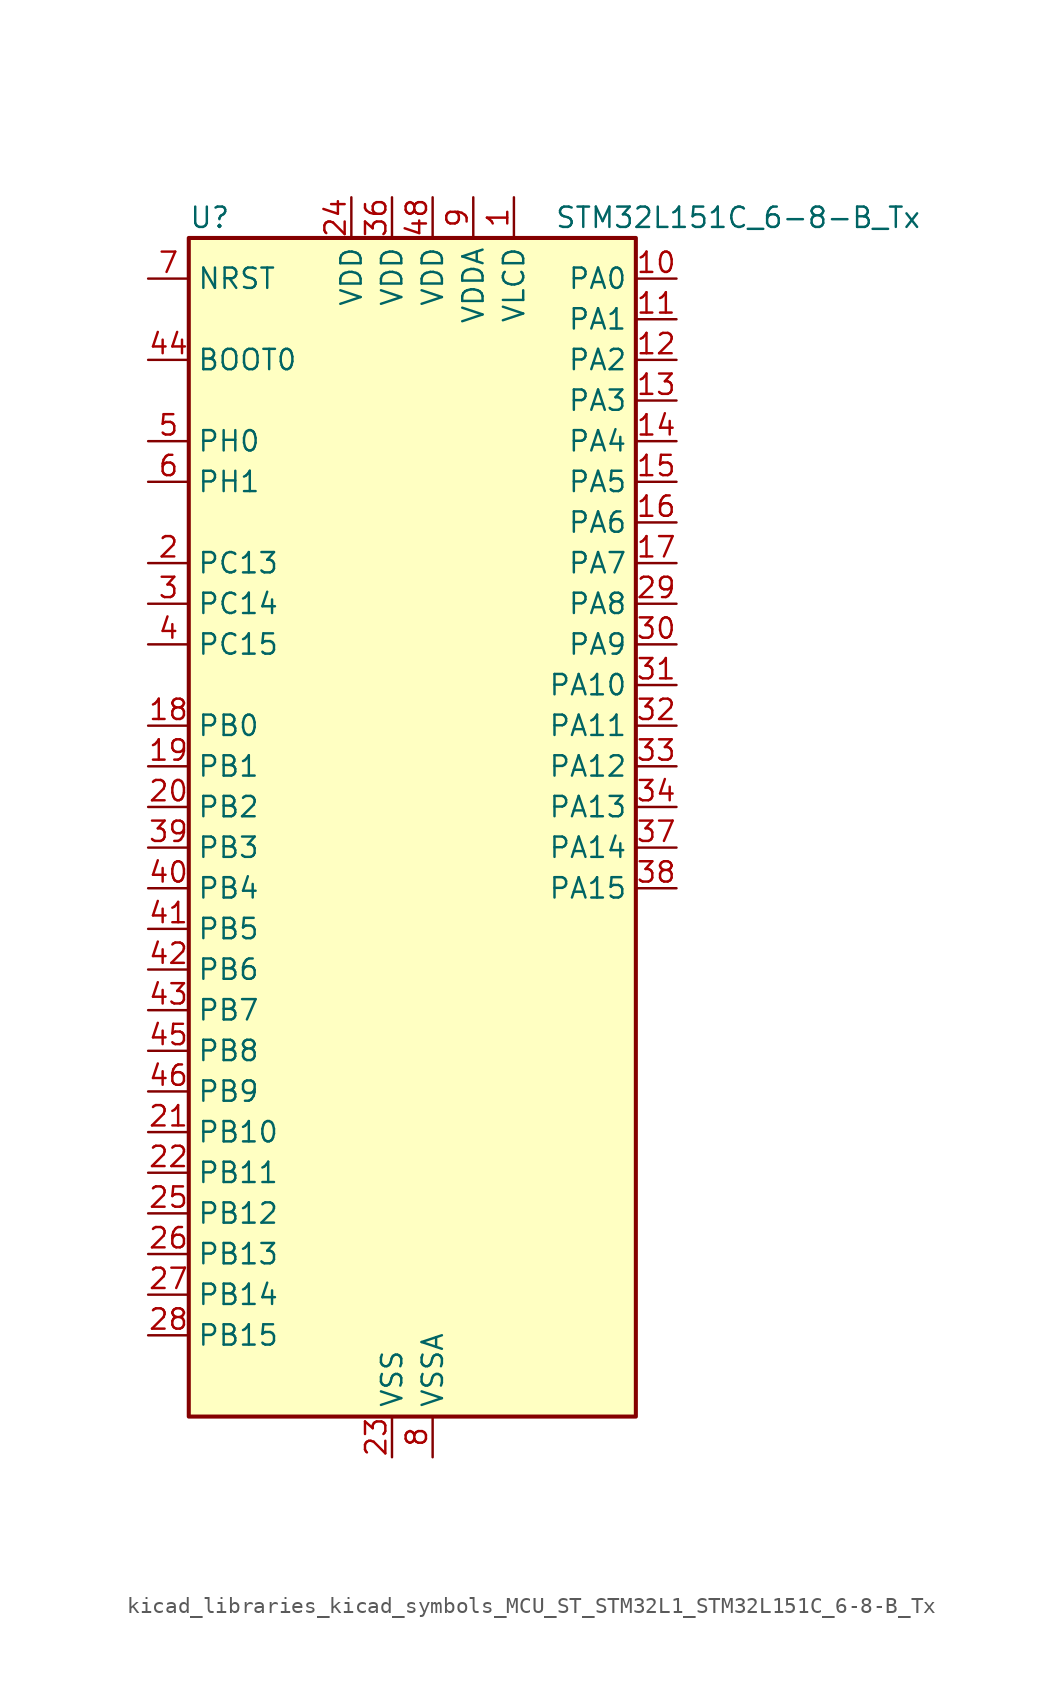
<source format=kicad_sym>
(kicad_symbol_lib
  (version 20220914)
  (generator kicad_symbol_editor)
  (symbol "kicad_libraries_kicad_symbols_MCU_ST_STM32L1_STM32L151C_6-8-B_Tx"
    (property "Reference" "U"
      (at -12.7 39.37 0)
      (effects (font (size 1.27 1.27)) (justify left)))
    (property "Value" "STM32L151C_6-8-B_Tx"
      (at 10.16 39.37 0)
      (effects (font (size 1.27 1.27)) (justify left)))
    (property "ki_locked" ""
      (at 0 0 0)
      (effects (font (size 1.27 1.27))))
    (symbol "kicad_libraries_kicad_symbols_MCU_ST_STM32L1_STM32L151C_6-8-B_Tx_0_1"
      (rectangle (start -12.7 -35.56) (end 15.24 38.1) (stroke (width 0.254) (type default)) (fill (type background))))
    (symbol "kicad_libraries_kicad_symbols_MCU_ST_STM32L1_STM32L151C_6-8-B_Tx_1_1"
      (pin power_in line (at 7.62 40.64 270) (length 2.54) (name "VLCD" (effects (font (size 1.27 1.27)))) (number "1" (effects (font (size 1.27 1.27)))))
      (pin bidirectional line (at 17.78 35.56 180) (length 2.54) (name "PA0" (effects (font (size 1.27 1.27)))) (number "10" (effects (font (size 1.27 1.27)))) (alternate "ADC_IN0" bidirectional line) (alternate "COMP1_INP" bidirectional line) (alternate "SYS_WKUP1" bidirectional line) (alternate "TIM2_CH1" bidirectional line) (alternate "TIM2_ETR" bidirectional line) (alternate "TIMX_IC1" bidirectional line) (alternate "TS_G1_IO1" bidirectional line) (alternate "USART2_CTS" bidirectional line))
      (pin bidirectional line (at 17.78 33.02 180) (length 2.54) (name "PA1" (effects (font (size 1.27 1.27)))) (number "11" (effects (font (size 1.27 1.27)))) (alternate "ADC_IN1" bidirectional line) (alternate "COMP1_INP" bidirectional line) (alternate "TIM2_CH2" bidirectional line) (alternate "TIMX_IC2" bidirectional line) (alternate "TS_G1_IO2" bidirectional line) (alternate "USART2_RTS" bidirectional line))
      (pin bidirectional line (at 17.78 30.48 180) (length 2.54) (name "PA2" (effects (font (size 1.27 1.27)))) (number "12" (effects (font (size 1.27 1.27)))) (alternate "ADC_IN2" bidirectional line) (alternate "COMP1_INP" bidirectional line) (alternate "TIM2_CH3" bidirectional line) (alternate "TIM9_CH1" bidirectional line) (alternate "TIMX_IC3" bidirectional line) (alternate "TS_G1_IO3" bidirectional line) (alternate "USART2_TX" bidirectional line))
      (pin bidirectional line (at 17.78 27.94 180) (length 2.54) (name "PA3" (effects (font (size 1.27 1.27)))) (number "13" (effects (font (size 1.27 1.27)))) (alternate "ADC_IN3" bidirectional line) (alternate "COMP1_INP" bidirectional line) (alternate "TIM2_CH4" bidirectional line) (alternate "TIM9_CH2" bidirectional line) (alternate "TIMX_IC4" bidirectional line) (alternate "TS_G1_IO4" bidirectional line) (alternate "USART2_RX" bidirectional line))
      (pin bidirectional line (at 17.78 25.4 180) (length 2.54) (name "PA4" (effects (font (size 1.27 1.27)))) (number "14" (effects (font (size 1.27 1.27)))) (alternate "ADC_IN4" bidirectional line) (alternate "COMP1_INP" bidirectional line) (alternate "DAC_OUT1" bidirectional line) (alternate "SPI1_NSS" bidirectional line) (alternate "TIMX_IC1" bidirectional line) (alternate "USART2_CK" bidirectional line))
      (pin bidirectional line (at 17.78 22.86 180) (length 2.54) (name "PA5" (effects (font (size 1.27 1.27)))) (number "15" (effects (font (size 1.27 1.27)))) (alternate "ADC_IN5" bidirectional line) (alternate "COMP1_INP" bidirectional line) (alternate "DAC_OUT2" bidirectional line) (alternate "SPI1_SCK" bidirectional line) (alternate "TIM2_CH1" bidirectional line) (alternate "TIM2_ETR" bidirectional line) (alternate "TIMX_IC2" bidirectional line))
      (pin bidirectional line (at 17.78 20.32 180) (length 2.54) (name "PA6" (effects (font (size 1.27 1.27)))) (number "16" (effects (font (size 1.27 1.27)))) (alternate "ADC_IN6" bidirectional line) (alternate "COMP1_INP" bidirectional line) (alternate "SPI1_MISO" bidirectional line) (alternate "TIM10_CH1" bidirectional line) (alternate "TIM3_CH1" bidirectional line) (alternate "TIMX_IC3" bidirectional line) (alternate "TS_G2_IO1" bidirectional line))
      (pin bidirectional line (at 17.78 17.78 180) (length 2.54) (name "PA7" (effects (font (size 1.27 1.27)))) (number "17" (effects (font (size 1.27 1.27)))) (alternate "ADC_IN7" bidirectional line) (alternate "COMP1_INP" bidirectional line) (alternate "SPI1_MOSI" bidirectional line) (alternate "TIM11_CH1" bidirectional line) (alternate "TIM3_CH2" bidirectional line) (alternate "TIMX_IC4" bidirectional line) (alternate "TS_G2_IO2" bidirectional line))
      (pin bidirectional line (at -15.24 7.62 0) (length 2.54) (name "PB0" (effects (font (size 1.27 1.27)))) (number "18" (effects (font (size 1.27 1.27)))) (alternate "ADC_IN8" bidirectional line) (alternate "COMP1_INP" bidirectional line) (alternate "SYS_V_REF_OUT" bidirectional line) (alternate "TIM3_CH3" bidirectional line) (alternate "TS_G3_IO1" bidirectional line))
      (pin bidirectional line (at -15.24 5.08 0) (length 2.54) (name "PB1" (effects (font (size 1.27 1.27)))) (number "19" (effects (font (size 1.27 1.27)))) (alternate "ADC_IN9" bidirectional line) (alternate "COMP1_INP" bidirectional line) (alternate "SYS_V_REF_OUT" bidirectional line) (alternate "TIM3_CH4" bidirectional line) (alternate "TS_G3_IO2" bidirectional line))
      (pin bidirectional line (at -15.24 17.78 0) (length 2.54) (name "PC13" (effects (font (size 1.27 1.27)))) (number "2" (effects (font (size 1.27 1.27)))) (alternate "RTC_OUT_ALARM" bidirectional line) (alternate "RTC_OUT_CALIB" bidirectional line) (alternate "RTC_TAMP1" bidirectional line) (alternate "RTC_TS" bidirectional line) (alternate "SYS_WKUP2" bidirectional line) (alternate "TIMX_IC2" bidirectional line))
      (pin bidirectional line (at -15.24 2.54 0) (length 2.54) (name "PB2" (effects (font (size 1.27 1.27)))) (number "20" (effects (font (size 1.27 1.27)))))
      (pin bidirectional line (at -15.24 -17.78 0) (length 2.54) (name "PB10" (effects (font (size 1.27 1.27)))) (number "21" (effects (font (size 1.27 1.27)))) (alternate "I2C2_SCL" bidirectional line) (alternate "TIM2_CH3" bidirectional line) (alternate "USART3_TX" bidirectional line))
      (pin bidirectional line (at -15.24 -20.32 0) (length 2.54) (name "PB11" (effects (font (size 1.27 1.27)))) (number "22" (effects (font (size 1.27 1.27)))) (alternate "ADC_EXTI11" bidirectional line) (alternate "I2C2_SDA" bidirectional line) (alternate "TIM2_CH4" bidirectional line) (alternate "USART3_RX" bidirectional line))
      (pin power_in line (at 0 -38.1 90) (length 2.54) (name "VSS" (effects (font (size 1.27 1.27)))) (number "23" (effects (font (size 1.27 1.27)))))
      (pin power_in line (at -2.54 40.64 270) (length 2.54) (name "VDD" (effects (font (size 1.27 1.27)))) (number "24" (effects (font (size 1.27 1.27)))))
      (pin bidirectional line (at -15.24 -22.86 0) (length 2.54) (name "PB12" (effects (font (size 1.27 1.27)))) (number "25" (effects (font (size 1.27 1.27)))) (alternate "ADC_IN18" bidirectional line) (alternate "COMP1_INP" bidirectional line) (alternate "I2C2_SMBA" bidirectional line) (alternate "SPI2_NSS" bidirectional line) (alternate "TIM10_CH1" bidirectional line) (alternate "TS_G7_IO1" bidirectional line) (alternate "USART3_CK" bidirectional line))
      (pin bidirectional line (at -15.24 -25.4 0) (length 2.54) (name "PB13" (effects (font (size 1.27 1.27)))) (number "26" (effects (font (size 1.27 1.27)))) (alternate "ADC_IN19" bidirectional line) (alternate "COMP1_INP" bidirectional line) (alternate "SPI2_SCK" bidirectional line) (alternate "TIM9_CH1" bidirectional line) (alternate "TS_G7_IO2" bidirectional line) (alternate "USART3_CTS" bidirectional line))
      (pin bidirectional line (at -15.24 -27.94 0) (length 2.54) (name "PB14" (effects (font (size 1.27 1.27)))) (number "27" (effects (font (size 1.27 1.27)))) (alternate "ADC_IN20" bidirectional line) (alternate "COMP1_INP" bidirectional line) (alternate "SPI2_MISO" bidirectional line) (alternate "TIM9_CH2" bidirectional line) (alternate "TS_G7_IO3" bidirectional line) (alternate "USART3_RTS" bidirectional line))
      (pin bidirectional line (at -15.24 -30.48 0) (length 2.54) (name "PB15" (effects (font (size 1.27 1.27)))) (number "28" (effects (font (size 1.27 1.27)))) (alternate "ADC_EXTI15" bidirectional line) (alternate "ADC_IN21" bidirectional line) (alternate "COMP1_INP" bidirectional line) (alternate "RTC_REFIN" bidirectional line) (alternate "SPI2_MOSI" bidirectional line) (alternate "TIM11_CH1" bidirectional line) (alternate "TS_G7_IO4" bidirectional line))
      (pin bidirectional line (at 17.78 15.24 180) (length 2.54) (name "PA8" (effects (font (size 1.27 1.27)))) (number "29" (effects (font (size 1.27 1.27)))) (alternate "RCC_MCO" bidirectional line) (alternate "TIMX_IC1" bidirectional line) (alternate "TS_G4_IO1" bidirectional line) (alternate "USART1_CK" bidirectional line))
      (pin bidirectional line (at -15.24 15.24 0) (length 2.54) (name "PC14" (effects (font (size 1.27 1.27)))) (number "3" (effects (font (size 1.27 1.27)))) (alternate "RCC_OSC32_IN" bidirectional line) (alternate "TIMX_IC3" bidirectional line))
      (pin bidirectional line (at 17.78 12.7 180) (length 2.54) (name "PA9" (effects (font (size 1.27 1.27)))) (number "30" (effects (font (size 1.27 1.27)))) (alternate "DAC_EXTI9" bidirectional line) (alternate "TIMX_IC2" bidirectional line) (alternate "TS_G4_IO2" bidirectional line) (alternate "USART1_TX" bidirectional line))
      (pin bidirectional line (at 17.78 10.16 180) (length 2.54) (name "PA10" (effects (font (size 1.27 1.27)))) (number "31" (effects (font (size 1.27 1.27)))) (alternate "TIMX_IC3" bidirectional line) (alternate "TS_G4_IO3" bidirectional line) (alternate "USART1_RX" bidirectional line))
      (pin bidirectional line (at 17.78 7.62 180) (length 2.54) (name "PA11" (effects (font (size 1.27 1.27)))) (number "32" (effects (font (size 1.27 1.27)))) (alternate "ADC_EXTI11" bidirectional line) (alternate "SPI1_MISO" bidirectional line) (alternate "TIMX_IC4" bidirectional line) (alternate "USART1_CTS" bidirectional line) (alternate "USB_DM" bidirectional line))
      (pin bidirectional line (at 17.78 5.08 180) (length 2.54) (name "PA12" (effects (font (size 1.27 1.27)))) (number "33" (effects (font (size 1.27 1.27)))) (alternate "SPI1_MOSI" bidirectional line) (alternate "TIMX_IC1" bidirectional line) (alternate "USART1_RTS" bidirectional line) (alternate "USB_DP" bidirectional line))
      (pin bidirectional line (at 17.78 2.54 180) (length 2.54) (name "PA13" (effects (font (size 1.27 1.27)))) (number "34" (effects (font (size 1.27 1.27)))) (alternate "SYS_JTMS-SWDIO" bidirectional line) (alternate "TIMX_IC2" bidirectional line) (alternate "TS_G5_IO1" bidirectional line))
      (pin passive line (at 0 -38.1 90) (length 2.54) hide (name "VSS" (effects (font (size 1.27 1.27)))) (number "35" (effects (font (size 1.27 1.27)))))
      (pin power_in line (at 0 40.64 270) (length 2.54) (name "VDD" (effects (font (size 1.27 1.27)))) (number "36" (effects (font (size 1.27 1.27)))))
      (pin bidirectional line (at 17.78 0 180) (length 2.54) (name "PA14" (effects (font (size 1.27 1.27)))) (number "37" (effects (font (size 1.27 1.27)))) (alternate "SYS_JTCK-SWCLK" bidirectional line) (alternate "TIMX_IC3" bidirectional line) (alternate "TS_G5_IO2" bidirectional line))
      (pin bidirectional line (at 17.78 -2.54 180) (length 2.54) (name "PA15" (effects (font (size 1.27 1.27)))) (number "38" (effects (font (size 1.27 1.27)))) (alternate "ADC_EXTI15" bidirectional line) (alternate "SPI1_NSS" bidirectional line) (alternate "SYS_JTDI" bidirectional line) (alternate "TIM2_CH1" bidirectional line) (alternate "TIM2_ETR" bidirectional line) (alternate "TIMX_IC4" bidirectional line) (alternate "TS_G5_IO3" bidirectional line))
      (pin bidirectional line (at -15.24 0 0) (length 2.54) (name "PB3" (effects (font (size 1.27 1.27)))) (number "39" (effects (font (size 1.27 1.27)))) (alternate "COMP2_INM" bidirectional line) (alternate "SPI1_SCK" bidirectional line) (alternate "SYS_JTDO-TRACESWO" bidirectional line) (alternate "TIM2_CH2" bidirectional line))
      (pin bidirectional line (at -15.24 12.7 0) (length 2.54) (name "PC15" (effects (font (size 1.27 1.27)))) (number "4" (effects (font (size 1.27 1.27)))) (alternate "ADC_EXTI15" bidirectional line) (alternate "RCC_OSC32_OUT" bidirectional line) (alternate "TIMX_IC4" bidirectional line))
      (pin bidirectional line (at -15.24 -2.54 0) (length 2.54) (name "PB4" (effects (font (size 1.27 1.27)))) (number "40" (effects (font (size 1.27 1.27)))) (alternate "COMP2_INP" bidirectional line) (alternate "SPI1_MISO" bidirectional line) (alternate "SYS_JTRST" bidirectional line) (alternate "TIM3_CH1" bidirectional line) (alternate "TS_G6_IO1" bidirectional line))
      (pin bidirectional line (at -15.24 -5.08 0) (length 2.54) (name "PB5" (effects (font (size 1.27 1.27)))) (number "41" (effects (font (size 1.27 1.27)))) (alternate "COMP2_INP" bidirectional line) (alternate "I2C1_SMBA" bidirectional line) (alternate "SPI1_MOSI" bidirectional line) (alternate "TIM3_CH2" bidirectional line) (alternate "TS_G6_IO2" bidirectional line))
      (pin bidirectional line (at -15.24 -7.62 0) (length 2.54) (name "PB6" (effects (font (size 1.27 1.27)))) (number "42" (effects (font (size 1.27 1.27)))) (alternate "I2C1_SCL" bidirectional line) (alternate "TIM4_CH1" bidirectional line) (alternate "USART1_TX" bidirectional line))
      (pin bidirectional line (at -15.24 -10.16 0) (length 2.54) (name "PB7" (effects (font (size 1.27 1.27)))) (number "43" (effects (font (size 1.27 1.27)))) (alternate "I2C1_SDA" bidirectional line) (alternate "SYS_PVD_IN" bidirectional line) (alternate "TIM4_CH2" bidirectional line) (alternate "USART1_RX" bidirectional line))
      (pin input line (at -15.24 30.48 0) (length 2.54) (name "BOOT0" (effects (font (size 1.27 1.27)))) (number "44" (effects (font (size 1.27 1.27)))))
      (pin bidirectional line (at -15.24 -12.7 0) (length 2.54) (name "PB8" (effects (font (size 1.27 1.27)))) (number "45" (effects (font (size 1.27 1.27)))) (alternate "I2C1_SCL" bidirectional line) (alternate "TIM10_CH1" bidirectional line) (alternate "TIM4_CH3" bidirectional line))
      (pin bidirectional line (at -15.24 -15.24 0) (length 2.54) (name "PB9" (effects (font (size 1.27 1.27)))) (number "46" (effects (font (size 1.27 1.27)))) (alternate "DAC_EXTI9" bidirectional line) (alternate "I2C1_SDA" bidirectional line) (alternate "TIM11_CH1" bidirectional line) (alternate "TIM4_CH4" bidirectional line))
      (pin passive line (at 0 -38.1 90) (length 2.54) hide (name "VSS" (effects (font (size 1.27 1.27)))) (number "47" (effects (font (size 1.27 1.27)))))
      (pin power_in line (at 2.54 40.64 270) (length 2.54) (name "VDD" (effects (font (size 1.27 1.27)))) (number "48" (effects (font (size 1.27 1.27)))))
      (pin bidirectional line (at -15.24 25.4 0) (length 2.54) (name "PH0" (effects (font (size 1.27 1.27)))) (number "5" (effects (font (size 1.27 1.27)))) (alternate "RCC_OSC_IN" bidirectional line))
      (pin bidirectional line (at -15.24 22.86 0) (length 2.54) (name "PH1" (effects (font (size 1.27 1.27)))) (number "6" (effects (font (size 1.27 1.27)))) (alternate "RCC_OSC_OUT" bidirectional line))
      (pin input line (at -15.24 35.56 0) (length 2.54) (name "NRST" (effects (font (size 1.27 1.27)))) (number "7" (effects (font (size 1.27 1.27)))))
      (pin power_in line (at 2.54 -38.1 90) (length 2.54) (name "VSSA" (effects (font (size 1.27 1.27)))) (number "8" (effects (font (size 1.27 1.27)))))
      (pin power_in line (at 5.08 40.64 270) (length 2.54) (name "VDDA" (effects (font (size 1.27 1.27)))) (number "9" (effects (font (size 1.27 1.27))))))))
</source>
